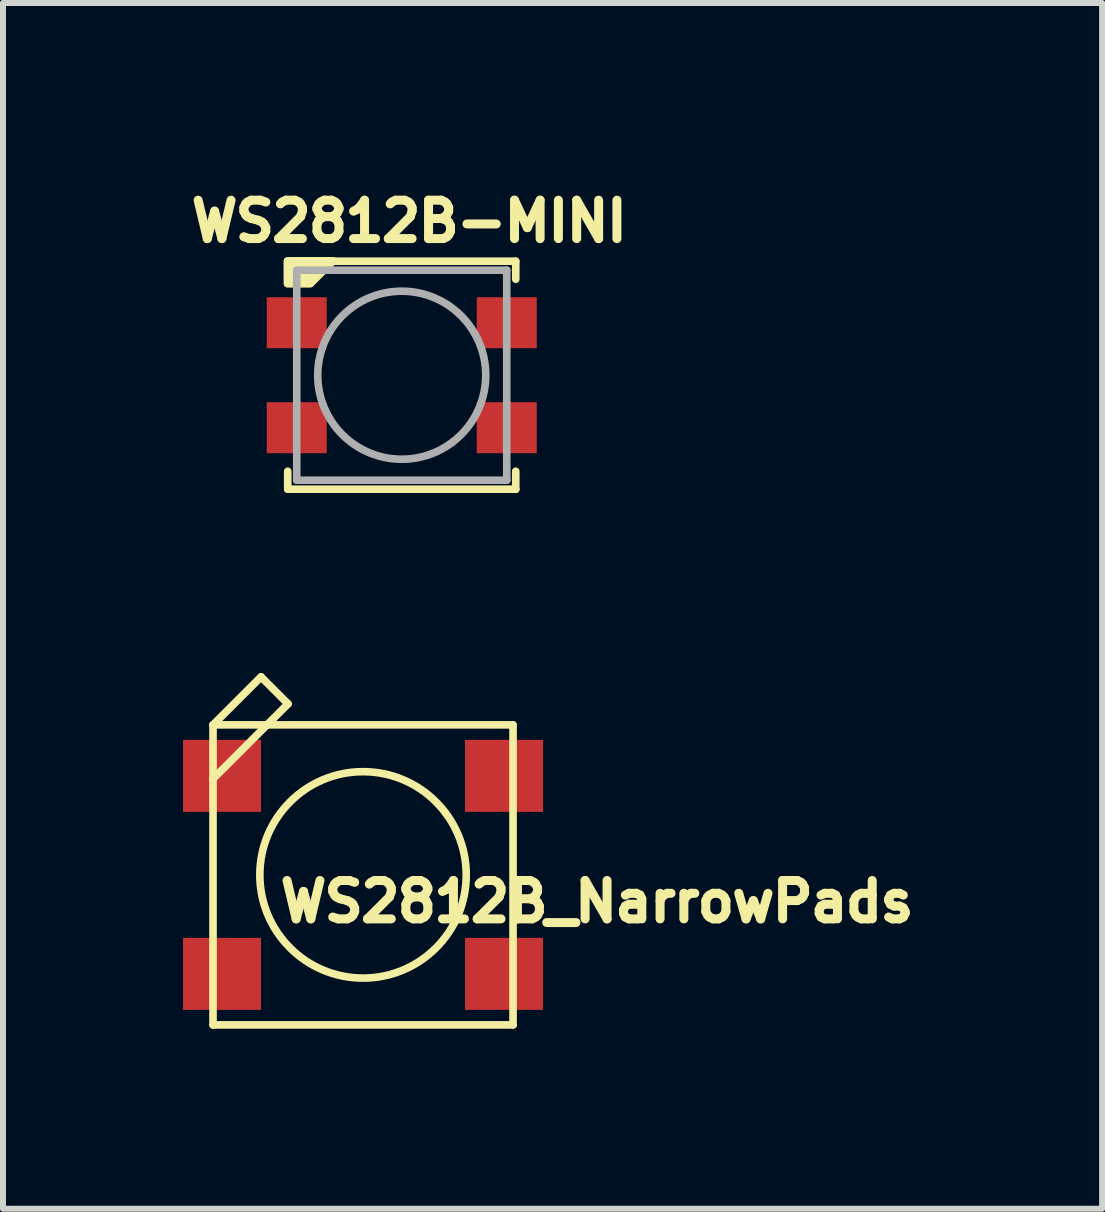
<source format=kicad_pcb>
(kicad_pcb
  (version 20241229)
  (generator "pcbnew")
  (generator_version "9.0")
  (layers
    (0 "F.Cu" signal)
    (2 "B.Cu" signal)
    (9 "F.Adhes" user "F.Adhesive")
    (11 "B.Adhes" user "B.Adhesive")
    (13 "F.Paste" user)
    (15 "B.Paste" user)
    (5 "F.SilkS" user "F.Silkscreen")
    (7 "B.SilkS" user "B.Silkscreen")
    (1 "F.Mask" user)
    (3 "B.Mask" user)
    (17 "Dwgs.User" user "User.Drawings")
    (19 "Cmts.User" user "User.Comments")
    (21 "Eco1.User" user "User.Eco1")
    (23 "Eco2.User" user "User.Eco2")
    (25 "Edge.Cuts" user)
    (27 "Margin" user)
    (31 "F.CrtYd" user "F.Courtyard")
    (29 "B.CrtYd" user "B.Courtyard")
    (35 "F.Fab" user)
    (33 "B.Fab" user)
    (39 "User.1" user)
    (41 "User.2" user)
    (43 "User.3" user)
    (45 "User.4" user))
  (footprint "WS2812B-MINI"
    (layer "F.Cu")
    (at 3.645 3.203)
    (property "Reference" "WS2812B-MINI" (at 0.127 -2.565 0) (layer "F.SilkS") (effects (font (size 0.64 0.64) (thickness 0.15))))
    (attr smd)
    (fp_line (start -1.9 -1.9) (end 1.9 -1.9) (stroke (width 0.127) (type solid)) (layer "F.SilkS"))
    (fp_line (start -1.9 -1.6) (end -1.9 -1.9) (stroke (width 0.127) (type solid)) (layer "F.SilkS"))
    (fp_line (start -1.9 1.6) (end -1.9 1.9) (stroke (width 0.127) (type solid)) (layer "F.SilkS"))
    (fp_line (start -1.9 1.9) (end 1.9 1.9) (stroke (width 0.127) (type solid)) (layer "F.SilkS"))
    (fp_line (start 1.9 -1.9) (end 1.9 -1.6) (stroke (width 0.127) (type solid)) (layer "F.SilkS"))
    (fp_line (start 1.9 1.9) (end 1.9 1.6) (stroke (width 0.127) (type solid)) (layer "F.SilkS"))
    (fp_poly (pts (xy -1.905 -1.905) (xy -1.905 -1.524) (xy -1.524 -1.524) (xy -1.143 -1.905)) (stroke (width 0.127) (type solid)) (fill yes) (layer "F.SilkS"))
    (fp_line (start -1.75 -1.75) (end 1.75 -1.75) (stroke (width 0.127) (type solid)) (layer "F.Fab"))
    (fp_line (start -1.75 1.75) (end -1.75 -1.75) (stroke (width 0.127) (type solid)) (layer "F.Fab"))
    (fp_line (start 1.75 -1.75) (end 1.75 1.75) (stroke (width 0.127) (type solid)) (layer "F.Fab"))
    (fp_line (start 1.75 1.75) (end -1.75 1.75) (stroke (width 0.127) (type solid)) (layer "F.Fab"))
    (fp_circle (center 0 0) (end 1.4 0) (stroke (width 0.127) (type solid)) (fill no) (layer "F.Fab"))
    (pad "1" smd rect (at -1.75 -0.875 90) (size 0.85 1) (layers "F.Cu" "F.Mask" "F.Paste"))
    (pad "2" smd rect (at -1.75 0.875 90) (size 0.85 1) (layers "F.Cu" "F.Mask" "F.Paste"))
    (pad "3" smd rect (at 1.75 0.875 90) (size 0.85 1) (layers "F.Cu" "F.Mask" "F.Paste"))
    (pad "4" smd rect (at 1.75 -0.875 90) (size 0.85 1) (layers "F.Cu" "F.Mask" "F.Paste")))
  (footprint "WS2812B_NarrowPads"
    (layer "F.Cu")
    (at 3 11.53)
    (property "Reference" "WS2812B_NarrowPads" (at 3.899 0.445 180) (layer "F.SilkS") (effects (font (size 0.64 0.64) (thickness 0.15))))
    (attr smd)
    (fp_line (start -2.5 -2.5) (end -1.6 -2.5) (stroke (width 0.127) (type solid)) (layer "F.SilkS"))
    (fp_line (start -2.5 -1.6) (end -2.5 -2.5) (stroke (width 0.127) (type solid)) (layer "F.SilkS"))
    (fp_line (start -2.5 -1.6) (end -1.6 -2.5) (stroke (width 0.127) (type solid)) (layer "F.SilkS"))
    (fp_line (start -2.5 2.5) (end -2.5 -1.6) (stroke (width 0.127) (type solid)) (layer "F.SilkS"))
    (fp_line (start -1.7 -3.3) (end -2.5 -2.5) (stroke (width 0.127) (type solid)) (layer "F.SilkS"))
    (fp_line (start -1.6 -2.5) (end -1.25 -2.85) (stroke (width 0.127) (type solid)) (layer "F.SilkS"))
    (fp_line (start -1.6 -2.5) (end 2.5 -2.5) (stroke (width 0.127) (type solid)) (layer "F.SilkS"))
    (fp_line (start -1.25 -2.85) (end -1.7 -3.3) (stroke (width 0.127) (type solid)) (layer "F.SilkS"))
    (fp_line (start 2.5 -2.5) (end 2.5 2.5) (stroke (width 0.127) (type solid)) (layer "F.SilkS"))
    (fp_line (start 2.5 2.5) (end -2.5 2.5) (stroke (width 0.127) (type solid)) (layer "F.SilkS"))
    (fp_circle (center 0 0) (end 1.72 0) (stroke (width 0.127) (type solid)) (fill no) (layer "F.SilkS"))
    (pad "1-VDD" smd rect (at 2.35 1.65 180) (size 1.3 1.2) (layers "F.Cu" "F.Mask" "F.Paste"))
    (pad "2-DOUT" smd rect (at 2.35 -1.65 180) (size 1.3 1.2) (layers "F.Cu" "F.Mask" "F.Paste"))
    (pad "3-GND" smd rect (at -2.35 -1.65 180) (size 1.3 1.2) (layers "F.Cu" "F.Mask" "F.Paste"))
    (pad "4-DIN" smd rect (at -2.35 1.65 180) (size 1.3 1.2) (layers "F.Cu" "F.Mask" "F.Paste")))
  (gr_rect
    (start -3 -3)
    (end 15.317 17.094)
    (stroke (width 0.1) (type default))
    (fill no)
    (layer "Edge.Cuts")))
</source>
